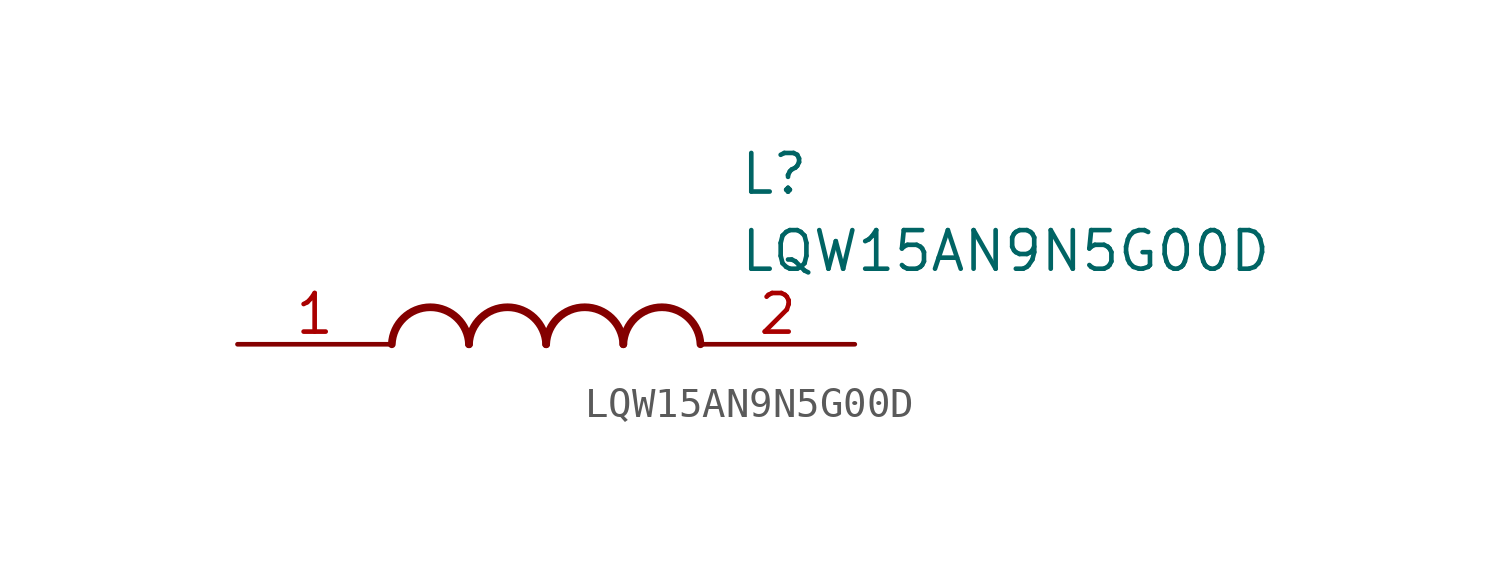
<source format=kicad_sym>
(kicad_symbol_lib
  (version 20211014)
  (generator SamacSys_ECAD_Model)
  (symbol "LQW15AN9N5G00D"
    (pin_names hide)
    (property "Reference" "L"
      (at 16.51 6.35 0)
      (effects (font (size 1.27 1.27)) (justify left top)))
    (property "Value" "LQW15AN9N5G00D"
      (at 16.51 3.81 0)
      (effects (font (size 1.27 1.27)) (justify left top)))
    (arc
      (start 7.62 0)
      (mid 6.35 1.219)
      (end 5.08 0)
      (stroke (width 0.254) (type default))
      (fill (type none)))
    (arc
      (start 10.16 0)
      (mid 8.89 1.219)
      (end 7.62 0)
      (stroke (width 0.254) (type default))
      (fill (type none)))
    (arc
      (start 12.7 0)
      (mid 11.43 1.219)
      (end 10.16 0)
      (stroke (width 0.254) (type default))
      (fill (type none)))
    (arc
      (start 15.24 0)
      (mid 13.97 1.219)
      (end 12.7 0)
      (stroke (width 0.254) (type default))
      (fill (type none)))
    (pin passive line
      (at 0 0 0)
      (length 5.08)
      (name "1" (effects (font (size 1.27 1.27))))
      (number "1" (effects (font (size 1.27 1.27)))))
    (pin passive line
      (at 20.32 0 180)
      (length 5.08)
      (name "2" (effects (font (size 1.27 1.27))))
      (number "2" (effects (font (size 1.27 1.27)))))))
</source>
